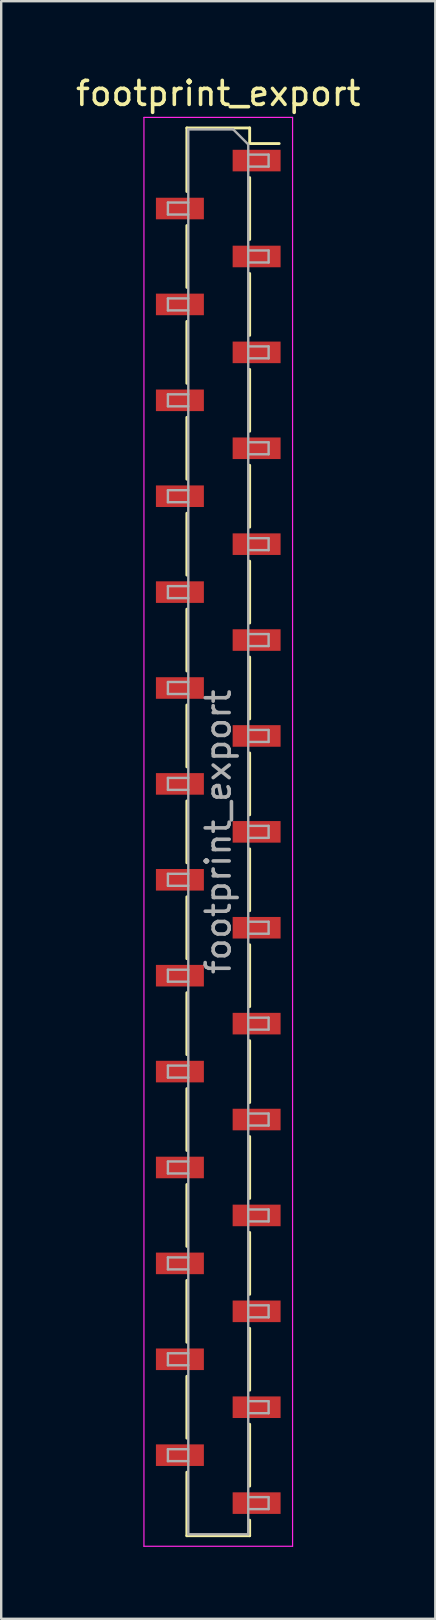
<source format=kicad_pcb>
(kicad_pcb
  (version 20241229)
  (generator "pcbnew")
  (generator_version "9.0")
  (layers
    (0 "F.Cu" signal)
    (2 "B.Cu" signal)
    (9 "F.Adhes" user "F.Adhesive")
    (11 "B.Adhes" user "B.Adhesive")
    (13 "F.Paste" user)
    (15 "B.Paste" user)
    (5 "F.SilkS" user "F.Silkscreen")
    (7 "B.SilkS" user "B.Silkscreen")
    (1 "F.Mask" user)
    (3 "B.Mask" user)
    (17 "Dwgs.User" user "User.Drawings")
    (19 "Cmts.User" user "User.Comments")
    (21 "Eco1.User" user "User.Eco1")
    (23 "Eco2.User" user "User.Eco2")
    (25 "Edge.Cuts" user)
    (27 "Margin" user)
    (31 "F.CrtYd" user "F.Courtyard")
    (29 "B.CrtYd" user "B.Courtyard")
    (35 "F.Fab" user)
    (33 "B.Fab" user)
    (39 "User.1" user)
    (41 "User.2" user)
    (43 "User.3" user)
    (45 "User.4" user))
  (footprint "footprint_export"
    (layer "F.Cu")
    (at 6.054 31.648)
    (property "Reference" "footprint_export" (at 0 -30.8 0) (layer "F.SilkS") (effects (font (size 1 1) (thickness 0.15))))
    (attr smd)
    (fp_line (start -1.31 -29.36) (end -1.31 -26.71) (stroke (width 0.12) (type solid)) (layer "F.SilkS"))
    (fp_line (start -1.31 -29.36) (end 1.31 -29.36) (stroke (width 0.12) (type solid)) (layer "F.SilkS"))
    (fp_line (start -1.31 -25.29) (end -1.31 -22.71) (stroke (width 0.12) (type solid)) (layer "F.SilkS"))
    (fp_line (start -1.31 -21.29) (end -1.31 -18.71) (stroke (width 0.12) (type solid)) (layer "F.SilkS"))
    (fp_line (start -1.31 -17.29) (end -1.31 -14.71) (stroke (width 0.12) (type solid)) (layer "F.SilkS"))
    (fp_line (start -1.31 -13.29) (end -1.31 -10.71) (stroke (width 0.12) (type solid)) (layer "F.SilkS"))
    (fp_line (start -1.31 -9.29) (end -1.31 -6.71) (stroke (width 0.12) (type solid)) (layer "F.SilkS"))
    (fp_line (start -1.31 -5.29) (end -1.31 -2.71) (stroke (width 0.12) (type solid)) (layer "F.SilkS"))
    (fp_line (start -1.31 -1.29) (end -1.31 1.29) (stroke (width 0.12) (type solid)) (layer "F.SilkS"))
    (fp_line (start -1.31 2.71) (end -1.31 5.29) (stroke (width 0.12) (type solid)) (layer "F.SilkS"))
    (fp_line (start -1.31 6.71) (end -1.31 9.29) (stroke (width 0.12) (type solid)) (layer "F.SilkS"))
    (fp_line (start -1.31 10.71) (end -1.31 13.29) (stroke (width 0.12) (type solid)) (layer "F.SilkS"))
    (fp_line (start -1.31 14.71) (end -1.31 17.29) (stroke (width 0.12) (type solid)) (layer "F.SilkS"))
    (fp_line (start -1.31 18.71) (end -1.31 21.29) (stroke (width 0.12) (type solid)) (layer "F.SilkS"))
    (fp_line (start -1.31 22.71) (end -1.31 25.29) (stroke (width 0.12) (type solid)) (layer "F.SilkS"))
    (fp_line (start -1.31 26.71) (end -1.31 29.36) (stroke (width 0.12) (type solid)) (layer "F.SilkS"))
    (fp_line (start -1.31 29.36) (end 1.31 29.36) (stroke (width 0.12) (type solid)) (layer "F.SilkS"))
    (fp_line (start 1.31 -29.36) (end 1.31 -28.71) (stroke (width 0.12) (type solid)) (layer "F.SilkS"))
    (fp_line (start 1.31 -28.71) (end 2.54 -28.71) (stroke (width 0.12) (type solid)) (layer "F.SilkS"))
    (fp_line (start 1.31 -27.29) (end 1.31 -24.71) (stroke (width 0.12) (type solid)) (layer "F.SilkS"))
    (fp_line (start 1.31 -23.29) (end 1.31 -20.71) (stroke (width 0.12) (type solid)) (layer "F.SilkS"))
    (fp_line (start 1.31 -19.29) (end 1.31 -16.71) (stroke (width 0.12) (type solid)) (layer "F.SilkS"))
    (fp_line (start 1.31 -15.29) (end 1.31 -12.71) (stroke (width 0.12) (type solid)) (layer "F.SilkS"))
    (fp_line (start 1.31 -11.29) (end 1.31 -8.71) (stroke (width 0.12) (type solid)) (layer "F.SilkS"))
    (fp_line (start 1.31 -7.29) (end 1.31 -4.71) (stroke (width 0.12) (type solid)) (layer "F.SilkS"))
    (fp_line (start 1.31 -3.29) (end 1.31 -0.71) (stroke (width 0.12) (type solid)) (layer "F.SilkS"))
    (fp_line (start 1.31 0.71) (end 1.31 3.29) (stroke (width 0.12) (type solid)) (layer "F.SilkS"))
    (fp_line (start 1.31 4.71) (end 1.31 7.29) (stroke (width 0.12) (type solid)) (layer "F.SilkS"))
    (fp_line (start 1.31 8.71) (end 1.31 11.29) (stroke (width 0.12) (type solid)) (layer "F.SilkS"))
    (fp_line (start 1.31 12.71) (end 1.31 15.29) (stroke (width 0.12) (type solid)) (layer "F.SilkS"))
    (fp_line (start 1.31 16.71) (end 1.31 19.29) (stroke (width 0.12) (type solid)) (layer "F.SilkS"))
    (fp_line (start 1.31 20.71) (end 1.31 23.29) (stroke (width 0.12) (type solid)) (layer "F.SilkS"))
    (fp_line (start 1.31 24.71) (end 1.31 27.29) (stroke (width 0.12) (type solid)) (layer "F.SilkS"))
    (fp_line (start 1.31 28.71) (end 1.31 29.36) (stroke (width 0.12) (type solid)) (layer "F.SilkS"))
    (fp_line (start -3.1 -29.8) (end 3.1 -29.8) (stroke (width 0.05) (type solid)) (layer "F.CrtYd"))
    (fp_line (start -3.1 29.8) (end -3.1 -29.8) (stroke (width 0.05) (type solid)) (layer "F.CrtYd"))
    (fp_line (start 3.1 -29.8) (end 3.1 29.8) (stroke (width 0.05) (type solid)) (layer "F.CrtYd"))
    (fp_line (start 3.1 29.8) (end -3.1 29.8) (stroke (width 0.05) (type solid)) (layer "F.CrtYd"))
    (fp_line (start -2.1 -26.25) (end -1.25 -26.25) (stroke (width 0.1) (type solid)) (layer "F.Fab"))
    (fp_line (start -2.1 -25.75) (end -2.1 -26.25) (stroke (width 0.1) (type solid)) (layer "F.Fab"))
    (fp_line (start -2.1 -22.25) (end -1.25 -22.25) (stroke (width 0.1) (type solid)) (layer "F.Fab"))
    (fp_line (start -2.1 -21.75) (end -2.1 -22.25) (stroke (width 0.1) (type solid)) (layer "F.Fab"))
    (fp_line (start -2.1 -18.25) (end -1.25 -18.25) (stroke (width 0.1) (type solid)) (layer "F.Fab"))
    (fp_line (start -2.1 -17.75) (end -2.1 -18.25) (stroke (width 0.1) (type solid)) (layer "F.Fab"))
    (fp_line (start -2.1 -14.25) (end -1.25 -14.25) (stroke (width 0.1) (type solid)) (layer "F.Fab"))
    (fp_line (start -2.1 -13.75) (end -2.1 -14.25) (stroke (width 0.1) (type solid)) (layer "F.Fab"))
    (fp_line (start -2.1 -10.25) (end -1.25 -10.25) (stroke (width 0.1) (type solid)) (layer "F.Fab"))
    (fp_line (start -2.1 -9.75) (end -2.1 -10.25) (stroke (width 0.1) (type solid)) (layer "F.Fab"))
    (fp_line (start -2.1 -6.25) (end -1.25 -6.25) (stroke (width 0.1) (type solid)) (layer "F.Fab"))
    (fp_line (start -2.1 -5.75) (end -2.1 -6.25) (stroke (width 0.1) (type solid)) (layer "F.Fab"))
    (fp_line (start -2.1 -2.25) (end -1.25 -2.25) (stroke (width 0.1) (type solid)) (layer "F.Fab"))
    (fp_line (start -2.1 -1.75) (end -2.1 -2.25) (stroke (width 0.1) (type solid)) (layer "F.Fab"))
    (fp_line (start -2.1 1.75) (end -1.25 1.75) (stroke (width 0.1) (type solid)) (layer "F.Fab"))
    (fp_line (start -2.1 2.25) (end -2.1 1.75) (stroke (width 0.1) (type solid)) (layer "F.Fab"))
    (fp_line (start -2.1 5.75) (end -1.25 5.75) (stroke (width 0.1) (type solid)) (layer "F.Fab"))
    (fp_line (start -2.1 6.25) (end -2.1 5.75) (stroke (width 0.1) (type solid)) (layer "F.Fab"))
    (fp_line (start -2.1 9.75) (end -1.25 9.75) (stroke (width 0.1) (type solid)) (layer "F.Fab"))
    (fp_line (start -2.1 10.25) (end -2.1 9.75) (stroke (width 0.1) (type solid)) (layer "F.Fab"))
    (fp_line (start -2.1 13.75) (end -1.25 13.75) (stroke (width 0.1) (type solid)) (layer "F.Fab"))
    (fp_line (start -2.1 14.25) (end -2.1 13.75) (stroke (width 0.1) (type solid)) (layer "F.Fab"))
    (fp_line (start -2.1 17.75) (end -1.25 17.75) (stroke (width 0.1) (type solid)) (layer "F.Fab"))
    (fp_line (start -2.1 18.25) (end -2.1 17.75) (stroke (width 0.1) (type solid)) (layer "F.Fab"))
    (fp_line (start -2.1 21.75) (end -1.25 21.75) (stroke (width 0.1) (type solid)) (layer "F.Fab"))
    (fp_line (start -2.1 22.25) (end -2.1 21.75) (stroke (width 0.1) (type solid)) (layer "F.Fab"))
    (fp_line (start -2.1 25.75) (end -1.25 25.75) (stroke (width 0.1) (type solid)) (layer "F.Fab"))
    (fp_line (start -2.1 26.25) (end -2.1 25.75) (stroke (width 0.1) (type solid)) (layer "F.Fab"))
    (fp_line (start -1.25 -29.3) (end 0.625 -29.3) (stroke (width 0.1) (type solid)) (layer "F.Fab"))
    (fp_line (start -1.25 -25.75) (end -2.1 -25.75) (stroke (width 0.1) (type solid)) (layer "F.Fab"))
    (fp_line (start -1.25 -21.75) (end -2.1 -21.75) (stroke (width 0.1) (type solid)) (layer "F.Fab"))
    (fp_line (start -1.25 -17.75) (end -2.1 -17.75) (stroke (width 0.1) (type solid)) (layer "F.Fab"))
    (fp_line (start -1.25 -13.75) (end -2.1 -13.75) (stroke (width 0.1) (type solid)) (layer "F.Fab"))
    (fp_line (start -1.25 -9.75) (end -2.1 -9.75) (stroke (width 0.1) (type solid)) (layer "F.Fab"))
    (fp_line (start -1.25 -5.75) (end -2.1 -5.75) (stroke (width 0.1) (type solid)) (layer "F.Fab"))
    (fp_line (start -1.25 -1.75) (end -2.1 -1.75) (stroke (width 0.1) (type solid)) (layer "F.Fab"))
    (fp_line (start -1.25 2.25) (end -2.1 2.25) (stroke (width 0.1) (type solid)) (layer "F.Fab"))
    (fp_line (start -1.25 6.25) (end -2.1 6.25) (stroke (width 0.1) (type solid)) (layer "F.Fab"))
    (fp_line (start -1.25 10.25) (end -2.1 10.25) (stroke (width 0.1) (type solid)) (layer "F.Fab"))
    (fp_line (start -1.25 14.25) (end -2.1 14.25) (stroke (width 0.1) (type solid)) (layer "F.Fab"))
    (fp_line (start -1.25 18.25) (end -2.1 18.25) (stroke (width 0.1) (type solid)) (layer "F.Fab"))
    (fp_line (start -1.25 22.25) (end -2.1 22.25) (stroke (width 0.1) (type solid)) (layer "F.Fab"))
    (fp_line (start -1.25 26.25) (end -2.1 26.25) (stroke (width 0.1) (type solid)) (layer "F.Fab"))
    (fp_line (start -1.25 29.3) (end -1.25 -29.3) (stroke (width 0.1) (type solid)) (layer "F.Fab"))
    (fp_line (start 0.625 -29.3) (end 1.25 -28.675) (stroke (width 0.1) (type solid)) (layer "F.Fab"))
    (fp_line (start 1.25 -28.675) (end 1.25 29.3) (stroke (width 0.1) (type solid)) (layer "F.Fab"))
    (fp_line (start 1.25 -28.25) (end 2.1 -28.25) (stroke (width 0.1) (type solid)) (layer "F.Fab"))
    (fp_line (start 1.25 -24.25) (end 2.1 -24.25) (stroke (width 0.1) (type solid)) (layer "F.Fab"))
    (fp_line (start 1.25 -20.25) (end 2.1 -20.25) (stroke (width 0.1) (type solid)) (layer "F.Fab"))
    (fp_line (start 1.25 -16.25) (end 2.1 -16.25) (stroke (width 0.1) (type solid)) (layer "F.Fab"))
    (fp_line (start 1.25 -12.25) (end 2.1 -12.25) (stroke (width 0.1) (type solid)) (layer "F.Fab"))
    (fp_line (start 1.25 -8.25) (end 2.1 -8.25) (stroke (width 0.1) (type solid)) (layer "F.Fab"))
    (fp_line (start 1.25 -4.25) (end 2.1 -4.25) (stroke (width 0.1) (type solid)) (layer "F.Fab"))
    (fp_line (start 1.25 -0.25) (end 2.1 -0.25) (stroke (width 0.1) (type solid)) (layer "F.Fab"))
    (fp_line (start 1.25 3.75) (end 2.1 3.75) (stroke (width 0.1) (type solid)) (layer "F.Fab"))
    (fp_line (start 1.25 7.75) (end 2.1 7.75) (stroke (width 0.1) (type solid)) (layer "F.Fab"))
    (fp_line (start 1.25 11.75) (end 2.1 11.75) (stroke (width 0.1) (type solid)) (layer "F.Fab"))
    (fp_line (start 1.25 15.75) (end 2.1 15.75) (stroke (width 0.1) (type solid)) (layer "F.Fab"))
    (fp_line (start 1.25 19.75) (end 2.1 19.75) (stroke (width 0.1) (type solid)) (layer "F.Fab"))
    (fp_line (start 1.25 23.75) (end 2.1 23.75) (stroke (width 0.1) (type solid)) (layer "F.Fab"))
    (fp_line (start 1.25 27.75) (end 2.1 27.75) (stroke (width 0.1) (type solid)) (layer "F.Fab"))
    (fp_line (start 1.25 29.3) (end -1.25 29.3) (stroke (width 0.1) (type solid)) (layer "F.Fab"))
    (fp_line (start 2.1 -28.25) (end 2.1 -27.75) (stroke (width 0.1) (type solid)) (layer "F.Fab"))
    (fp_line (start 2.1 -27.75) (end 1.25 -27.75) (stroke (width 0.1) (type solid)) (layer "F.Fab"))
    (fp_line (start 2.1 -24.25) (end 2.1 -23.75) (stroke (width 0.1) (type solid)) (layer "F.Fab"))
    (fp_line (start 2.1 -23.75) (end 1.25 -23.75) (stroke (width 0.1) (type solid)) (layer "F.Fab"))
    (fp_line (start 2.1 -20.25) (end 2.1 -19.75) (stroke (width 0.1) (type solid)) (layer "F.Fab"))
    (fp_line (start 2.1 -19.75) (end 1.25 -19.75) (stroke (width 0.1) (type solid)) (layer "F.Fab"))
    (fp_line (start 2.1 -16.25) (end 2.1 -15.75) (stroke (width 0.1) (type solid)) (layer "F.Fab"))
    (fp_line (start 2.1 -15.75) (end 1.25 -15.75) (stroke (width 0.1) (type solid)) (layer "F.Fab"))
    (fp_line (start 2.1 -12.25) (end 2.1 -11.75) (stroke (width 0.1) (type solid)) (layer "F.Fab"))
    (fp_line (start 2.1 -11.75) (end 1.25 -11.75) (stroke (width 0.1) (type solid)) (layer "F.Fab"))
    (fp_line (start 2.1 -8.25) (end 2.1 -7.75) (stroke (width 0.1) (type solid)) (layer "F.Fab"))
    (fp_line (start 2.1 -7.75) (end 1.25 -7.75) (stroke (width 0.1) (type solid)) (layer "F.Fab"))
    (fp_line (start 2.1 -4.25) (end 2.1 -3.75) (stroke (width 0.1) (type solid)) (layer "F.Fab"))
    (fp_line (start 2.1 -3.75) (end 1.25 -3.75) (stroke (width 0.1) (type solid)) (layer "F.Fab"))
    (fp_line (start 2.1 -0.25) (end 2.1 0.25) (stroke (width 0.1) (type solid)) (layer "F.Fab"))
    (fp_line (start 2.1 0.25) (end 1.25 0.25) (stroke (width 0.1) (type solid)) (layer "F.Fab"))
    (fp_line (start 2.1 3.75) (end 2.1 4.25) (stroke (width 0.1) (type solid)) (layer "F.Fab"))
    (fp_line (start 2.1 4.25) (end 1.25 4.25) (stroke (width 0.1) (type solid)) (layer "F.Fab"))
    (fp_line (start 2.1 7.75) (end 2.1 8.25) (stroke (width 0.1) (type solid)) (layer "F.Fab"))
    (fp_line (start 2.1 8.25) (end 1.25 8.25) (stroke (width 0.1) (type solid)) (layer "F.Fab"))
    (fp_line (start 2.1 11.75) (end 2.1 12.25) (stroke (width 0.1) (type solid)) (layer "F.Fab"))
    (fp_line (start 2.1 12.25) (end 1.25 12.25) (stroke (width 0.1) (type solid)) (layer "F.Fab"))
    (fp_line (start 2.1 15.75) (end 2.1 16.25) (stroke (width 0.1) (type solid)) (layer "F.Fab"))
    (fp_line (start 2.1 16.25) (end 1.25 16.25) (stroke (width 0.1) (type solid)) (layer "F.Fab"))
    (fp_line (start 2.1 19.75) (end 2.1 20.25) (stroke (width 0.1) (type solid)) (layer "F.Fab"))
    (fp_line (start 2.1 20.25) (end 1.25 20.25) (stroke (width 0.1) (type solid)) (layer "F.Fab"))
    (fp_line (start 2.1 23.75) (end 2.1 24.25) (stroke (width 0.1) (type solid)) (layer "F.Fab"))
    (fp_line (start 2.1 24.25) (end 1.25 24.25) (stroke (width 0.1) (type solid)) (layer "F.Fab"))
    (fp_line (start 2.1 27.75) (end 2.1 28.25) (stroke (width 0.1) (type solid)) (layer "F.Fab"))
    (fp_line (start 2.1 28.25) (end 1.25 28.25) (stroke (width 0.1) (type solid)) (layer "F.Fab"))
    (fp_text user "${REFERENCE}" (at 0 0 90) (layer "F.Fab") (effects (font (size 1 1) (thickness 0.15))))
    (pad "1" smd rect (at 1.6 -28) (size 2 0.9) (layers "F.Cu" "F.Mask" "F.Paste"))
    (pad "2" smd rect (at -1.6 -26) (size 2 0.9) (layers "F.Cu" "F.Mask" "F.Paste"))
    (pad "3" smd rect (at 1.6 -24) (size 2 0.9) (layers "F.Cu" "F.Mask" "F.Paste"))
    (pad "4" smd rect (at -1.6 -22) (size 2 0.9) (layers "F.Cu" "F.Mask" "F.Paste"))
    (pad "5" smd rect (at 1.6 -20) (size 2 0.9) (layers "F.Cu" "F.Mask" "F.Paste"))
    (pad "6" smd rect (at -1.6 -18) (size 2 0.9) (layers "F.Cu" "F.Mask" "F.Paste"))
    (pad "7" smd rect (at 1.6 -16) (size 2 0.9) (layers "F.Cu" "F.Mask" "F.Paste"))
    (pad "8" smd rect (at -1.6 -14) (size 2 0.9) (layers "F.Cu" "F.Mask" "F.Paste"))
    (pad "9" smd rect (at 1.6 -12) (size 2 0.9) (layers "F.Cu" "F.Mask" "F.Paste"))
    (pad "10" smd rect (at -1.6 -10) (size 2 0.9) (layers "F.Cu" "F.Mask" "F.Paste"))
    (pad "11" smd rect (at 1.6 -8) (size 2 0.9) (layers "F.Cu" "F.Mask" "F.Paste"))
    (pad "12" smd rect (at -1.6 -6) (size 2 0.9) (layers "F.Cu" "F.Mask" "F.Paste"))
    (pad "13" smd rect (at 1.6 -4) (size 2 0.9) (layers "F.Cu" "F.Mask" "F.Paste"))
    (pad "14" smd rect (at -1.6 -2) (size 2 0.9) (layers "F.Cu" "F.Mask" "F.Paste"))
    (pad "15" smd rect (at 1.6 0) (size 2 0.9) (layers "F.Cu" "F.Mask" "F.Paste"))
    (pad "16" smd rect (at -1.6 2) (size 2 0.9) (layers "F.Cu" "F.Mask" "F.Paste"))
    (pad "17" smd rect (at 1.6 4) (size 2 0.9) (layers "F.Cu" "F.Mask" "F.Paste"))
    (pad "18" smd rect (at -1.6 6) (size 2 0.9) (layers "F.Cu" "F.Mask" "F.Paste"))
    (pad "19" smd rect (at 1.6 8) (size 2 0.9) (layers "F.Cu" "F.Mask" "F.Paste"))
    (pad "20" smd rect (at -1.6 10) (size 2 0.9) (layers "F.Cu" "F.Mask" "F.Paste"))
    (pad "21" smd rect (at 1.6 12) (size 2 0.9) (layers "F.Cu" "F.Mask" "F.Paste"))
    (pad "22" smd rect (at -1.6 14) (size 2 0.9) (layers "F.Cu" "F.Mask" "F.Paste"))
    (pad "23" smd rect (at 1.6 16) (size 2 0.9) (layers "F.Cu" "F.Mask" "F.Paste"))
    (pad "24" smd rect (at -1.6 18) (size 2 0.9) (layers "F.Cu" "F.Mask" "F.Paste"))
    (pad "25" smd rect (at 1.6 20) (size 2 0.9) (layers "F.Cu" "F.Mask" "F.Paste"))
    (pad "26" smd rect (at -1.6 22) (size 2 0.9) (layers "F.Cu" "F.Mask" "F.Paste"))
    (pad "27" smd rect (at 1.6 24) (size 2 0.9) (layers "F.Cu" "F.Mask" "F.Paste"))
    (pad "28" smd rect (at -1.6 26) (size 2 0.9) (layers "F.Cu" "F.Mask" "F.Paste"))
    (pad "29" smd rect (at 1.6 28) (size 2 0.9) (layers "F.Cu" "F.Mask" "F.Paste")))
  (gr_rect
    (start -3 -3)
    (end 15.107 64.473)
    (stroke (width 0.1) (type default))
    (fill no)
    (layer "Edge.Cuts")))
</source>
